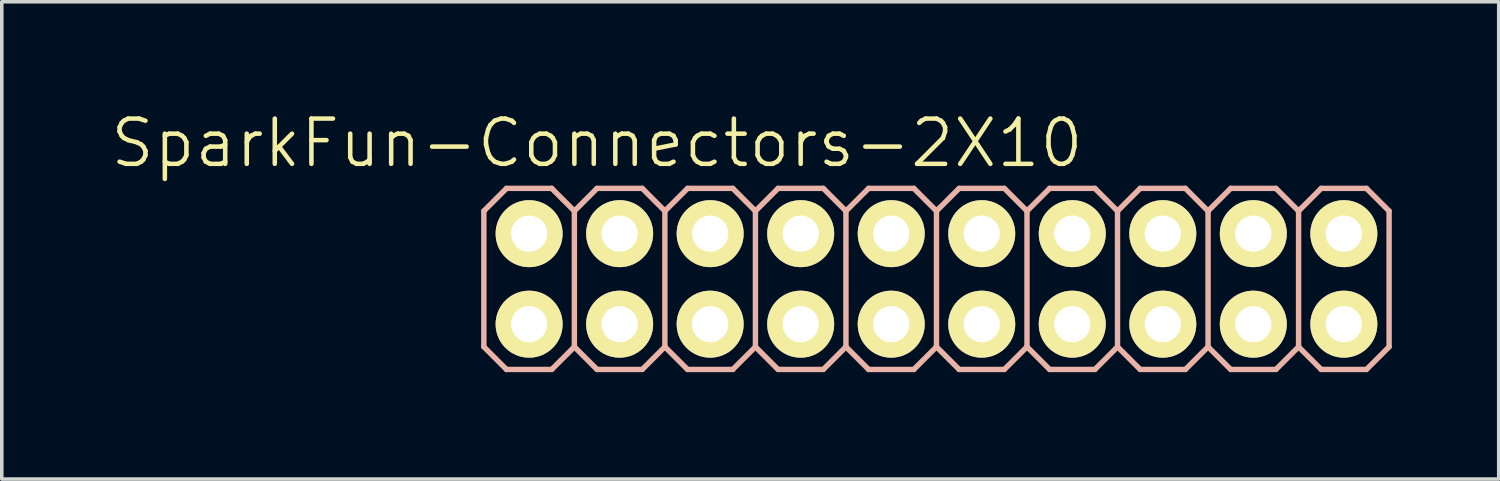
<source format=kicad_pcb>
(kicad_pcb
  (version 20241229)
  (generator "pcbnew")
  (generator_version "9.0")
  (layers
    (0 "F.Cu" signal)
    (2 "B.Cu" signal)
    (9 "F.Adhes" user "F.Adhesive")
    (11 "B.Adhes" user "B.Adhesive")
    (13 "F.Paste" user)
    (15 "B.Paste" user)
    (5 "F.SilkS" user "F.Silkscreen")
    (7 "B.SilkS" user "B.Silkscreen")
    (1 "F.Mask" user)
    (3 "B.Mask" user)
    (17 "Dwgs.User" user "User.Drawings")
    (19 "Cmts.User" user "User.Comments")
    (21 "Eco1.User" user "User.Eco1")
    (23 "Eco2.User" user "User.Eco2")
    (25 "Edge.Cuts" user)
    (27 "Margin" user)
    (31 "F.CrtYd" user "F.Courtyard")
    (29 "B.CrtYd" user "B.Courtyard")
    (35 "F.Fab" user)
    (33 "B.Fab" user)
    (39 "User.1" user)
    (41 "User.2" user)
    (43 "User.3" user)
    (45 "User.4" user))
  (footprint "SparkFun-Connectors-2X10"
    (layer "F.Cu")
    (at 23.226 4.776)
    (property "Reference" "SparkFun-Connectors-2X10" (at -9.525 -3.81 0) (layer "F.SilkS") (effects (font (size 1.27 1.27) (thickness 0.127))))
    (attr exclude_from_pos_files exclude_from_bom)
    (fp_line (start -11.684 -1.524) (end -11.176 -1.524) (stroke (width 0.066) (type solid)) (layer "F.SilkS"))
    (fp_line (start -11.684 -1.016) (end -11.684 -1.524) (stroke (width 0.066) (type solid)) (layer "F.SilkS"))
    (fp_line (start -11.684 -1.016) (end -11.176 -1.016) (stroke (width 0.066) (type solid)) (layer "F.SilkS"))
    (fp_line (start -11.684 1.016) (end -11.176 1.016) (stroke (width 0.066) (type solid)) (layer "F.SilkS"))
    (fp_line (start -11.684 1.524) (end -11.684 1.016) (stroke (width 0.066) (type solid)) (layer "F.SilkS"))
    (fp_line (start -11.684 1.524) (end -11.176 1.524) (stroke (width 0.066) (type solid)) (layer "F.SilkS"))
    (fp_line (start -11.176 -1.016) (end -11.176 -1.524) (stroke (width 0.066) (type solid)) (layer "F.SilkS"))
    (fp_line (start -11.176 1.524) (end -11.176 1.016) (stroke (width 0.066) (type solid)) (layer "F.SilkS"))
    (fp_line (start -9.144 -1.524) (end -8.636 -1.524) (stroke (width 0.066) (type solid)) (layer "F.SilkS"))
    (fp_line (start -9.144 -1.016) (end -9.144 -1.524) (stroke (width 0.066) (type solid)) (layer "F.SilkS"))
    (fp_line (start -9.144 -1.016) (end -8.636 -1.016) (stroke (width 0.066) (type solid)) (layer "F.SilkS"))
    (fp_line (start -9.144 1.016) (end -8.636 1.016) (stroke (width 0.066) (type solid)) (layer "F.SilkS"))
    (fp_line (start -9.144 1.524) (end -9.144 1.016) (stroke (width 0.066) (type solid)) (layer "F.SilkS"))
    (fp_line (start -9.144 1.524) (end -8.636 1.524) (stroke (width 0.066) (type solid)) (layer "F.SilkS"))
    (fp_line (start -8.636 -1.016) (end -8.636 -1.524) (stroke (width 0.066) (type solid)) (layer "F.SilkS"))
    (fp_line (start -8.636 1.524) (end -8.636 1.016) (stroke (width 0.066) (type solid)) (layer "F.SilkS"))
    (fp_line (start -6.604 -1.524) (end -6.096 -1.524) (stroke (width 0.066) (type solid)) (layer "F.SilkS"))
    (fp_line (start -6.604 -1.016) (end -6.604 -1.524) (stroke (width 0.066) (type solid)) (layer "F.SilkS"))
    (fp_line (start -6.604 -1.016) (end -6.096 -1.016) (stroke (width 0.066) (type solid)) (layer "F.SilkS"))
    (fp_line (start -6.604 1.016) (end -6.096 1.016) (stroke (width 0.066) (type solid)) (layer "F.SilkS"))
    (fp_line (start -6.604 1.524) (end -6.604 1.016) (stroke (width 0.066) (type solid)) (layer "F.SilkS"))
    (fp_line (start -6.604 1.524) (end -6.096 1.524) (stroke (width 0.066) (type solid)) (layer "F.SilkS"))
    (fp_line (start -6.096 -1.016) (end -6.096 -1.524) (stroke (width 0.066) (type solid)) (layer "F.SilkS"))
    (fp_line (start -6.096 1.524) (end -6.096 1.016) (stroke (width 0.066) (type solid)) (layer "F.SilkS"))
    (fp_line (start -4.064 -1.524) (end -3.556 -1.524) (stroke (width 0.066) (type solid)) (layer "F.SilkS"))
    (fp_line (start -4.064 -1.016) (end -4.064 -1.524) (stroke (width 0.066) (type solid)) (layer "F.SilkS"))
    (fp_line (start -4.064 -1.016) (end -3.556 -1.016) (stroke (width 0.066) (type solid)) (layer "F.SilkS"))
    (fp_line (start -4.064 1.016) (end -3.556 1.016) (stroke (width 0.066) (type solid)) (layer "F.SilkS"))
    (fp_line (start -4.064 1.524) (end -4.064 1.016) (stroke (width 0.066) (type solid)) (layer "F.SilkS"))
    (fp_line (start -4.064 1.524) (end -3.556 1.524) (stroke (width 0.066) (type solid)) (layer "F.SilkS"))
    (fp_line (start -3.556 -1.016) (end -3.556 -1.524) (stroke (width 0.066) (type solid)) (layer "F.SilkS"))
    (fp_line (start -3.556 1.524) (end -3.556 1.016) (stroke (width 0.066) (type solid)) (layer "F.SilkS"))
    (fp_line (start -1.524 -1.524) (end -1.016 -1.524) (stroke (width 0.066) (type solid)) (layer "F.SilkS"))
    (fp_line (start -1.524 -1.016) (end -1.524 -1.524) (stroke (width 0.066) (type solid)) (layer "F.SilkS"))
    (fp_line (start -1.524 -1.016) (end -1.016 -1.016) (stroke (width 0.066) (type solid)) (layer "F.SilkS"))
    (fp_line (start -1.524 1.016) (end -1.016 1.016) (stroke (width 0.066) (type solid)) (layer "F.SilkS"))
    (fp_line (start -1.524 1.524) (end -1.524 1.016) (stroke (width 0.066) (type solid)) (layer "F.SilkS"))
    (fp_line (start -1.524 1.524) (end -1.016 1.524) (stroke (width 0.066) (type solid)) (layer "F.SilkS"))
    (fp_line (start -1.016 -1.016) (end -1.016 -1.524) (stroke (width 0.066) (type solid)) (layer "F.SilkS"))
    (fp_line (start -1.016 1.524) (end -1.016 1.016) (stroke (width 0.066) (type solid)) (layer "F.SilkS"))
    (fp_line (start 1.016 -1.524) (end 1.524 -1.524) (stroke (width 0.066) (type solid)) (layer "F.SilkS"))
    (fp_line (start 1.016 -1.016) (end 1.016 -1.524) (stroke (width 0.066) (type solid)) (layer "F.SilkS"))
    (fp_line (start 1.016 -1.016) (end 1.524 -1.016) (stroke (width 0.066) (type solid)) (layer "F.SilkS"))
    (fp_line (start 1.016 1.016) (end 1.524 1.016) (stroke (width 0.066) (type solid)) (layer "F.SilkS"))
    (fp_line (start 1.016 1.524) (end 1.016 1.016) (stroke (width 0.066) (type solid)) (layer "F.SilkS"))
    (fp_line (start 1.016 1.524) (end 1.524 1.524) (stroke (width 0.066) (type solid)) (layer "F.SilkS"))
    (fp_line (start 1.524 -1.016) (end 1.524 -1.524) (stroke (width 0.066) (type solid)) (layer "F.SilkS"))
    (fp_line (start 1.524 1.524) (end 1.524 1.016) (stroke (width 0.066) (type solid)) (layer "F.SilkS"))
    (fp_line (start 3.556 -1.524) (end 4.064 -1.524) (stroke (width 0.066) (type solid)) (layer "F.SilkS"))
    (fp_line (start 3.556 -1.016) (end 3.556 -1.524) (stroke (width 0.066) (type solid)) (layer "F.SilkS"))
    (fp_line (start 3.556 -1.016) (end 4.064 -1.016) (stroke (width 0.066) (type solid)) (layer "F.SilkS"))
    (fp_line (start 3.556 1.016) (end 4.064 1.016) (stroke (width 0.066) (type solid)) (layer "F.SilkS"))
    (fp_line (start 3.556 1.524) (end 3.556 1.016) (stroke (width 0.066) (type solid)) (layer "F.SilkS"))
    (fp_line (start 3.556 1.524) (end 4.064 1.524) (stroke (width 0.066) (type solid)) (layer "F.SilkS"))
    (fp_line (start 4.064 -1.016) (end 4.064 -1.524) (stroke (width 0.066) (type solid)) (layer "F.SilkS"))
    (fp_line (start 4.064 1.524) (end 4.064 1.016) (stroke (width 0.066) (type solid)) (layer "F.SilkS"))
    (fp_line (start 6.096 -1.524) (end 6.604 -1.524) (stroke (width 0.066) (type solid)) (layer "F.SilkS"))
    (fp_line (start 6.096 -1.016) (end 6.096 -1.524) (stroke (width 0.066) (type solid)) (layer "F.SilkS"))
    (fp_line (start 6.096 -1.016) (end 6.604 -1.016) (stroke (width 0.066) (type solid)) (layer "F.SilkS"))
    (fp_line (start 6.096 1.016) (end 6.604 1.016) (stroke (width 0.066) (type solid)) (layer "F.SilkS"))
    (fp_line (start 6.096 1.524) (end 6.096 1.016) (stroke (width 0.066) (type solid)) (layer "F.SilkS"))
    (fp_line (start 6.096 1.524) (end 6.604 1.524) (stroke (width 0.066) (type solid)) (layer "F.SilkS"))
    (fp_line (start 6.604 -1.016) (end 6.604 -1.524) (stroke (width 0.066) (type solid)) (layer "F.SilkS"))
    (fp_line (start 6.604 1.524) (end 6.604 1.016) (stroke (width 0.066) (type solid)) (layer "F.SilkS"))
    (fp_line (start 8.636 -1.524) (end 9.144 -1.524) (stroke (width 0.066) (type solid)) (layer "F.SilkS"))
    (fp_line (start 8.636 -1.016) (end 8.636 -1.524) (stroke (width 0.066) (type solid)) (layer "F.SilkS"))
    (fp_line (start 8.636 -1.016) (end 9.144 -1.016) (stroke (width 0.066) (type solid)) (layer "F.SilkS"))
    (fp_line (start 8.636 1.016) (end 9.144 1.016) (stroke (width 0.066) (type solid)) (layer "F.SilkS"))
    (fp_line (start 8.636 1.524) (end 8.636 1.016) (stroke (width 0.066) (type solid)) (layer "F.SilkS"))
    (fp_line (start 8.636 1.524) (end 9.144 1.524) (stroke (width 0.066) (type solid)) (layer "F.SilkS"))
    (fp_line (start 9.144 -1.016) (end 9.144 -1.524) (stroke (width 0.066) (type solid)) (layer "F.SilkS"))
    (fp_line (start 9.144 1.524) (end 9.144 1.016) (stroke (width 0.066) (type solid)) (layer "F.SilkS"))
    (fp_line (start 11.176 -1.524) (end 11.684 -1.524) (stroke (width 0.066) (type solid)) (layer "F.SilkS"))
    (fp_line (start 11.176 -1.016) (end 11.176 -1.524) (stroke (width 0.066) (type solid)) (layer "F.SilkS"))
    (fp_line (start 11.176 -1.016) (end 11.684 -1.016) (stroke (width 0.066) (type solid)) (layer "F.SilkS"))
    (fp_line (start 11.176 1.016) (end 11.684 1.016) (stroke (width 0.066) (type solid)) (layer "F.SilkS"))
    (fp_line (start 11.176 1.524) (end 11.176 1.016) (stroke (width 0.066) (type solid)) (layer "F.SilkS"))
    (fp_line (start 11.176 1.524) (end 11.684 1.524) (stroke (width 0.066) (type solid)) (layer "F.SilkS"))
    (fp_line (start 11.684 -1.016) (end 11.684 -1.524) (stroke (width 0.066) (type solid)) (layer "F.SilkS"))
    (fp_line (start 11.684 1.524) (end 11.684 1.016) (stroke (width 0.066) (type solid)) (layer "F.SilkS"))
    (fp_line (start -12.7 -1.905) (end -12.065 -2.54) (stroke (width 0.152) (type solid)) (layer "B.SilkS"))
    (fp_line (start -12.7 1.905) (end -12.7 -1.905) (stroke (width 0.152) (type solid)) (layer "B.SilkS"))
    (fp_line (start -12.7 1.905) (end -12.065 2.54) (stroke (width 0.152) (type solid)) (layer "B.SilkS"))
    (fp_line (start -12.065 -2.54) (end -10.795 -2.54) (stroke (width 0.152) (type solid)) (layer "B.SilkS"))
    (fp_line (start -12.065 2.54) (end -10.795 2.54) (stroke (width 0.152) (type solid)) (layer "B.SilkS"))
    (fp_line (start -10.795 -2.54) (end -10.16 -1.905) (stroke (width 0.152) (type solid)) (layer "B.SilkS"))
    (fp_line (start -10.795 2.54) (end -10.16 1.905) (stroke (width 0.152) (type solid)) (layer "B.SilkS"))
    (fp_line (start -10.16 -1.905) (end -10.16 1.905) (stroke (width 0.152) (type solid)) (layer "B.SilkS"))
    (fp_line (start -10.16 -1.905) (end -9.525 -2.54) (stroke (width 0.152) (type solid)) (layer "B.SilkS"))
    (fp_line (start -10.16 1.905) (end -9.525 2.54) (stroke (width 0.152) (type solid)) (layer "B.SilkS"))
    (fp_line (start -9.525 -2.54) (end -8.255 -2.54) (stroke (width 0.152) (type solid)) (layer "B.SilkS"))
    (fp_line (start -9.525 2.54) (end -8.255 2.54) (stroke (width 0.152) (type solid)) (layer "B.SilkS"))
    (fp_line (start -8.255 -2.54) (end -7.62 -1.905) (stroke (width 0.152) (type solid)) (layer "B.SilkS"))
    (fp_line (start -8.255 2.54) (end -7.62 1.905) (stroke (width 0.152) (type solid)) (layer "B.SilkS"))
    (fp_line (start -7.62 -1.905) (end -7.62 1.905) (stroke (width 0.152) (type solid)) (layer "B.SilkS"))
    (fp_line (start -7.62 -1.905) (end -6.985 -2.54) (stroke (width 0.152) (type solid)) (layer "B.SilkS"))
    (fp_line (start -7.62 1.905) (end -6.985 2.54) (stroke (width 0.152) (type solid)) (layer "B.SilkS"))
    (fp_line (start -6.985 -2.54) (end -5.715 -2.54) (stroke (width 0.152) (type solid)) (layer "B.SilkS"))
    (fp_line (start -6.985 2.54) (end -5.715 2.54) (stroke (width 0.152) (type solid)) (layer "B.SilkS"))
    (fp_line (start -5.715 -2.54) (end -5.08 -1.905) (stroke (width 0.152) (type solid)) (layer "B.SilkS"))
    (fp_line (start -5.715 2.54) (end -5.08 1.905) (stroke (width 0.152) (type solid)) (layer "B.SilkS"))
    (fp_line (start -5.08 -1.905) (end -5.08 1.905) (stroke (width 0.152) (type solid)) (layer "B.SilkS"))
    (fp_line (start -5.08 -1.905) (end -4.445 -2.54) (stroke (width 0.152) (type solid)) (layer "B.SilkS"))
    (fp_line (start -5.08 1.905) (end -4.445 2.54) (stroke (width 0.152) (type solid)) (layer "B.SilkS"))
    (fp_line (start -4.445 -2.54) (end -3.175 -2.54) (stroke (width 0.152) (type solid)) (layer "B.SilkS"))
    (fp_line (start -4.445 2.54) (end -3.175 2.54) (stroke (width 0.152) (type solid)) (layer "B.SilkS"))
    (fp_line (start -3.175 -2.54) (end -2.54 -1.905) (stroke (width 0.152) (type solid)) (layer "B.SilkS"))
    (fp_line (start -3.175 2.54) (end -2.54 1.905) (stroke (width 0.152) (type solid)) (layer "B.SilkS"))
    (fp_line (start -2.54 -1.905) (end -2.54 1.905) (stroke (width 0.152) (type solid)) (layer "B.SilkS"))
    (fp_line (start -2.54 -1.905) (end -1.905 -2.54) (stroke (width 0.152) (type solid)) (layer "B.SilkS"))
    (fp_line (start -2.54 1.905) (end -1.905 2.54) (stroke (width 0.152) (type solid)) (layer "B.SilkS"))
    (fp_line (start -1.905 -2.54) (end -0.635 -2.54) (stroke (width 0.152) (type solid)) (layer "B.SilkS"))
    (fp_line (start -1.905 2.54) (end -0.635 2.54) (stroke (width 0.152) (type solid)) (layer "B.SilkS"))
    (fp_line (start -0.635 -2.54) (end 0 -1.905) (stroke (width 0.152) (type solid)) (layer "B.SilkS"))
    (fp_line (start -0.635 2.54) (end 0 1.905) (stroke (width 0.152) (type solid)) (layer "B.SilkS"))
    (fp_line (start 0 -1.905) (end 0 1.905) (stroke (width 0.152) (type solid)) (layer "B.SilkS"))
    (fp_line (start 0 -1.905) (end 0.635 -2.54) (stroke (width 0.152) (type solid)) (layer "B.SilkS"))
    (fp_line (start 0 1.905) (end 0.635 2.54) (stroke (width 0.152) (type solid)) (layer "B.SilkS"))
    (fp_line (start 0.635 -2.54) (end 1.905 -2.54) (stroke (width 0.152) (type solid)) (layer "B.SilkS"))
    (fp_line (start 0.635 2.54) (end 1.905 2.54) (stroke (width 0.152) (type solid)) (layer "B.SilkS"))
    (fp_line (start 1.905 -2.54) (end 2.54 -1.905) (stroke (width 0.152) (type solid)) (layer "B.SilkS"))
    (fp_line (start 1.905 2.54) (end 2.54 1.905) (stroke (width 0.152) (type solid)) (layer "B.SilkS"))
    (fp_line (start 2.54 -1.905) (end 2.54 1.905) (stroke (width 0.152) (type solid)) (layer "B.SilkS"))
    (fp_line (start 2.54 -1.905) (end 3.175 -2.54) (stroke (width 0.152) (type solid)) (layer "B.SilkS"))
    (fp_line (start 2.54 1.905) (end 3.175 2.54) (stroke (width 0.152) (type solid)) (layer "B.SilkS"))
    (fp_line (start 3.175 -2.54) (end 4.445 -2.54) (stroke (width 0.152) (type solid)) (layer "B.SilkS"))
    (fp_line (start 3.175 2.54) (end 4.445 2.54) (stroke (width 0.152) (type solid)) (layer "B.SilkS"))
    (fp_line (start 4.445 -2.54) (end 5.08 -1.905) (stroke (width 0.152) (type solid)) (layer "B.SilkS"))
    (fp_line (start 5.08 -1.905) (end 5.08 1.905) (stroke (width 0.152) (type solid)) (layer "B.SilkS"))
    (fp_line (start 5.08 -1.905) (end 5.715 -2.54) (stroke (width 0.152) (type solid)) (layer "B.SilkS"))
    (fp_line (start 5.08 1.905) (end 4.445 2.54) (stroke (width 0.152) (type solid)) (layer "B.SilkS"))
    (fp_line (start 5.08 1.905) (end 5.715 2.54) (stroke (width 0.152) (type solid)) (layer "B.SilkS"))
    (fp_line (start 5.715 -2.54) (end 6.985 -2.54) (stroke (width 0.152) (type solid)) (layer "B.SilkS"))
    (fp_line (start 5.715 2.54) (end 6.985 2.54) (stroke (width 0.152) (type solid)) (layer "B.SilkS"))
    (fp_line (start 6.985 -2.54) (end 7.62 -1.905) (stroke (width 0.152) (type solid)) (layer "B.SilkS"))
    (fp_line (start 7.62 -1.905) (end 7.62 1.905) (stroke (width 0.152) (type solid)) (layer "B.SilkS"))
    (fp_line (start 7.62 -1.905) (end 8.255 -2.54) (stroke (width 0.152) (type solid)) (layer "B.SilkS"))
    (fp_line (start 7.62 1.905) (end 6.985 2.54) (stroke (width 0.152) (type solid)) (layer "B.SilkS"))
    (fp_line (start 7.62 1.905) (end 8.255 2.54) (stroke (width 0.152) (type solid)) (layer "B.SilkS"))
    (fp_line (start 8.255 -2.54) (end 9.525 -2.54) (stroke (width 0.152) (type solid)) (layer "B.SilkS"))
    (fp_line (start 8.255 2.54) (end 9.525 2.54) (stroke (width 0.152) (type solid)) (layer "B.SilkS"))
    (fp_line (start 9.525 -2.54) (end 10.16 -1.905) (stroke (width 0.152) (type solid)) (layer "B.SilkS"))
    (fp_line (start 10.16 -1.905) (end 10.16 1.905) (stroke (width 0.152) (type solid)) (layer "B.SilkS"))
    (fp_line (start 10.16 -1.905) (end 10.795 -2.54) (stroke (width 0.152) (type solid)) (layer "B.SilkS"))
    (fp_line (start 10.16 1.905) (end 9.525 2.54) (stroke (width 0.152) (type solid)) (layer "B.SilkS"))
    (fp_line (start 10.16 1.905) (end 10.795 2.54) (stroke (width 0.152) (type solid)) (layer "B.SilkS"))
    (fp_line (start 10.795 -2.54) (end 12.065 -2.54) (stroke (width 0.152) (type solid)) (layer "B.SilkS"))
    (fp_line (start 10.795 2.54) (end 12.065 2.54) (stroke (width 0.152) (type solid)) (layer "B.SilkS"))
    (fp_line (start 12.065 -2.54) (end 12.7 -1.905) (stroke (width 0.152) (type solid)) (layer "B.SilkS"))
    (fp_line (start 12.7 -1.905) (end 12.7 1.905) (stroke (width 0.152) (type solid)) (layer "B.SilkS"))
    (fp_line (start 12.7 1.905) (end 12.065 2.54) (stroke (width 0.152) (type solid)) (layer "B.SilkS"))
    (pad "1" thru_hole circle (at -11.43 1.27) (size 1.88 1.88) (drill 1.016) (layers "*.Cu" "F.Mask" "F.SilkS" "F.Paste"))
    (pad "2" thru_hole circle (at -11.43 -1.27) (size 1.88 1.88) (drill 1.016) (layers "*.Cu" "F.Mask" "F.SilkS" "F.Paste"))
    (pad "3" thru_hole circle (at -8.89 1.27) (size 1.88 1.88) (drill 1.016) (layers "*.Cu" "F.Mask" "F.SilkS" "F.Paste"))
    (pad "4" thru_hole circle (at -8.89 -1.27) (size 1.88 1.88) (drill 1.016) (layers "*.Cu" "F.Mask" "F.SilkS" "F.Paste"))
    (pad "5" thru_hole circle (at -6.35 1.27) (size 1.88 1.88) (drill 1.016) (layers "*.Cu" "F.Mask" "F.SilkS" "F.Paste"))
    (pad "6" thru_hole circle (at -6.35 -1.27) (size 1.88 1.88) (drill 1.016) (layers "*.Cu" "F.Mask" "F.SilkS" "F.Paste"))
    (pad "7" thru_hole circle (at -3.81 1.27) (size 1.88 1.88) (drill 1.016) (layers "*.Cu" "F.Mask" "F.SilkS" "F.Paste"))
    (pad "8" thru_hole circle (at -3.81 -1.27) (size 1.88 1.88) (drill 1.016) (layers "*.Cu" "F.Mask" "F.SilkS" "F.Paste"))
    (pad "9" thru_hole circle (at -1.27 1.27) (size 1.88 1.88) (drill 1.016) (layers "*.Cu" "F.Mask" "F.SilkS" "F.Paste"))
    (pad "10" thru_hole circle (at -1.27 -1.27) (size 1.88 1.88) (drill 1.016) (layers "*.Cu" "F.Mask" "F.SilkS" "F.Paste"))
    (pad "11" thru_hole circle (at 1.27 1.27) (size 1.88 1.88) (drill 1.016) (layers "*.Cu" "F.Mask" "F.SilkS" "F.Paste"))
    (pad "12" thru_hole circle (at 1.27 -1.27) (size 1.88 1.88) (drill 1.016) (layers "*.Cu" "F.Mask" "F.SilkS" "F.Paste"))
    (pad "13" thru_hole circle (at 3.81 1.27) (size 1.88 1.88) (drill 1.016) (layers "*.Cu" "F.Mask" "F.SilkS" "F.Paste"))
    (pad "14" thru_hole circle (at 3.81 -1.27) (size 1.88 1.88) (drill 1.016) (layers "*.Cu" "F.Mask" "F.SilkS" "F.Paste"))
    (pad "15" thru_hole circle (at 6.35 1.27) (size 1.88 1.88) (drill 1.016) (layers "*.Cu" "F.Mask" "F.SilkS" "F.Paste"))
    (pad "16" thru_hole circle (at 6.35 -1.27) (size 1.88 1.88) (drill 1.016) (layers "*.Cu" "F.Mask" "F.SilkS" "F.Paste"))
    (pad "17" thru_hole circle (at 8.89 1.27) (size 1.88 1.88) (drill 1.016) (layers "*.Cu" "F.Mask" "F.SilkS" "F.Paste"))
    (pad "18" thru_hole circle (at 8.89 -1.27) (size 1.88 1.88) (drill 1.016) (layers "*.Cu" "F.Mask" "F.SilkS" "F.Paste"))
    (pad "19" thru_hole circle (at 11.43 1.27) (size 1.88 1.88) (drill 1.016) (layers "*.Cu" "F.Mask" "F.SilkS" "F.Paste"))
    (pad "20" thru_hole circle (at 11.43 -1.27) (size 1.88 1.88) (drill 1.016) (layers "*.Cu" "F.Mask" "F.SilkS" "F.Paste")))
  (gr_rect
    (start -3 -3)
    (end 39.002 10.392)
    (stroke (width 0.1) (type default))
    (fill no)
    (layer "Edge.Cuts")))
</source>
